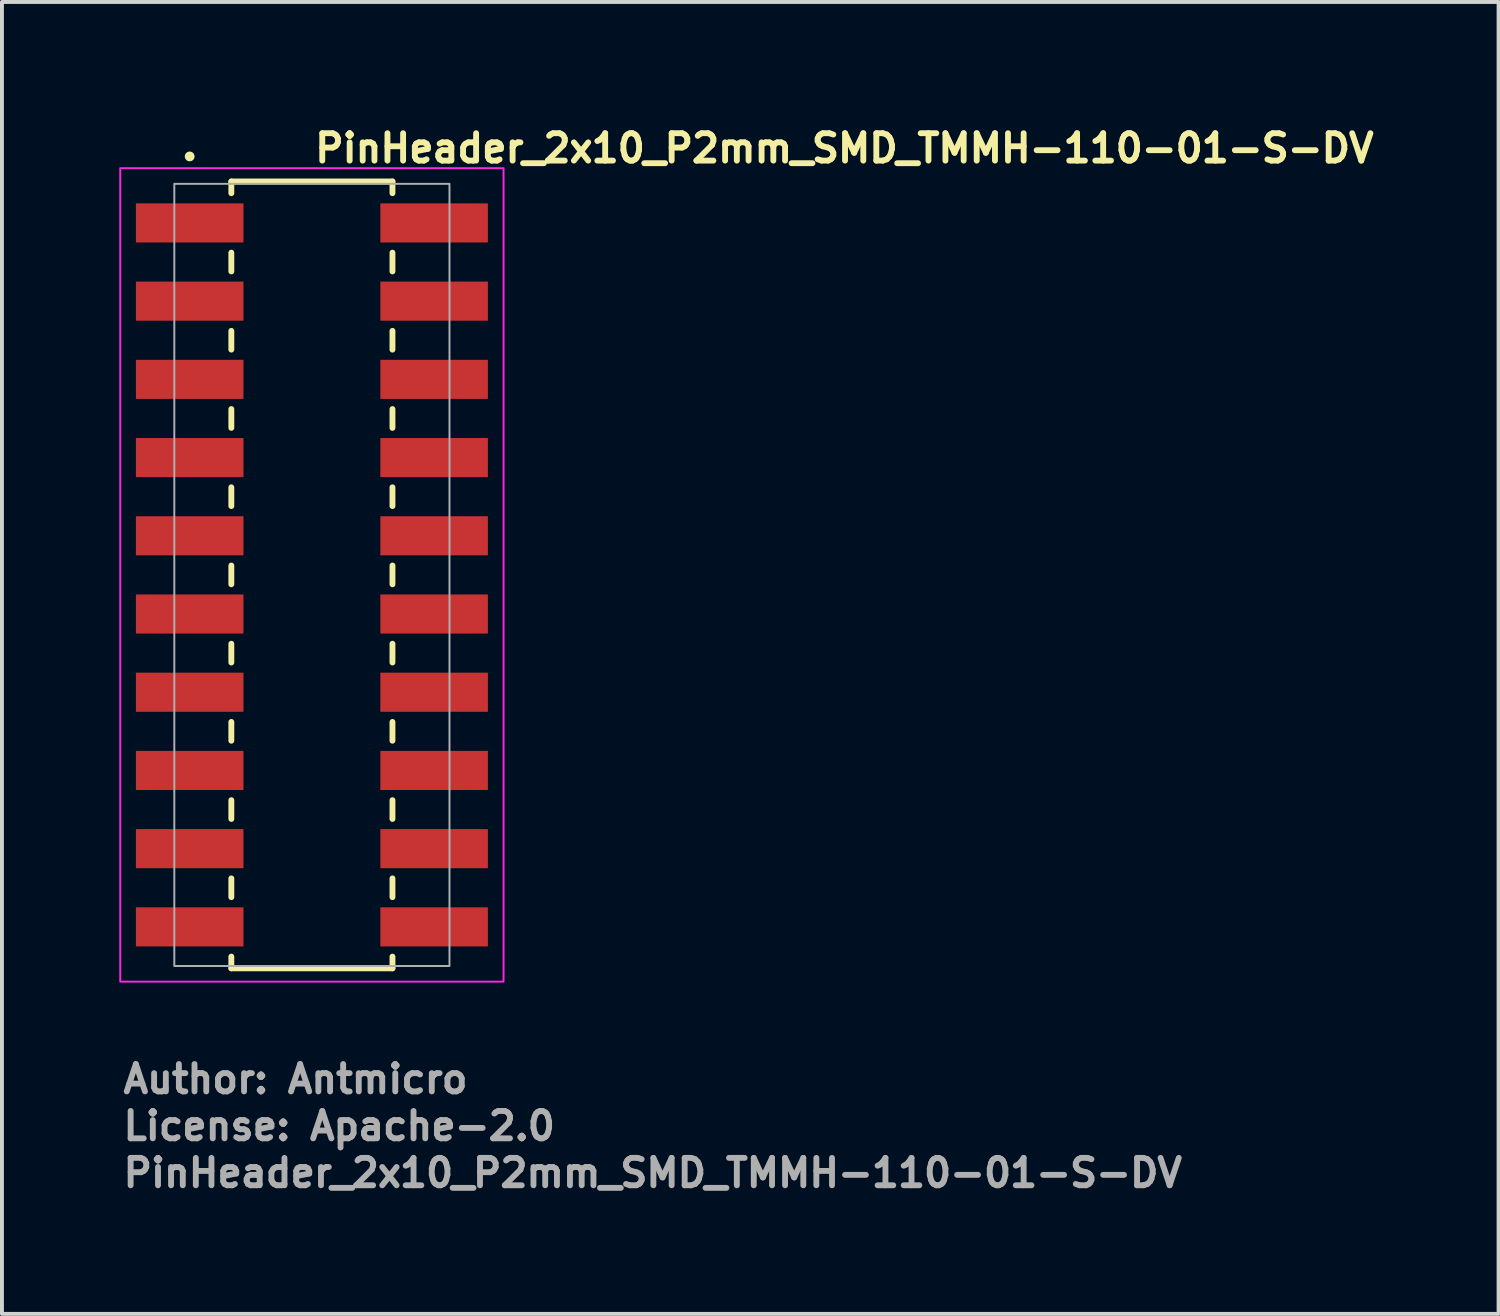
<source format=kicad_pcb>
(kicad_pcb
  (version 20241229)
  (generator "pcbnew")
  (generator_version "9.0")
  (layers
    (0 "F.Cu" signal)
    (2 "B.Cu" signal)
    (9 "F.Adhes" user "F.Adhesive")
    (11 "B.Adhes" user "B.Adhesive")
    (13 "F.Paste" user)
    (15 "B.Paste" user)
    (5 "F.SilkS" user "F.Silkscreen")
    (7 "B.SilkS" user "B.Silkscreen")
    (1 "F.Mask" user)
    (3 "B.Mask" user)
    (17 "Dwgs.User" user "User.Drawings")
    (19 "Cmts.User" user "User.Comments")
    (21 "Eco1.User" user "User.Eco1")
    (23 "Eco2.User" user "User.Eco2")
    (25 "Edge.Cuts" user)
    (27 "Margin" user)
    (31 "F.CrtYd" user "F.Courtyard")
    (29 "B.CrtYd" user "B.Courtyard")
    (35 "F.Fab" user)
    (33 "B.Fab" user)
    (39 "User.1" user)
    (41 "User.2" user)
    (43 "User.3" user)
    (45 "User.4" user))
  (footprint "PinHeader_2x10_P2mm_SMD_TMMH-110-01-S-DV"
    (layer "F.Cu")
    (at 4.925 11.65)
    (property "Reference" "PinHeader_2x10_P2mm_SMD_TMMH-110-01-S-DV" (at 0 -10.5 0) (layer "F.SilkS") (effects (font (size 0.7 0.7) (thickness 0.15)) (justify left bottom)))
    (attr smd)
    (fp_line (start -2.06 -10.06) (end -2.06 -9.76) (stroke (width 0.15) (type solid)) (layer "F.SilkS"))
    (fp_line (start -2.06 -8.24) (end -2.06 -7.76) (stroke (width 0.15) (type solid)) (layer "F.SilkS"))
    (fp_line (start -2.06 -6.24) (end -2.06 -5.76) (stroke (width 0.15) (type solid)) (layer "F.SilkS"))
    (fp_line (start -2.06 -4.24) (end -2.06 -3.759) (stroke (width 0.15) (type solid)) (layer "F.SilkS"))
    (fp_line (start -2.06 -2.24) (end -2.06 -1.76) (stroke (width 0.15) (type solid)) (layer "F.SilkS"))
    (fp_line (start -2.06 -0.24) (end -2.06 0.24) (stroke (width 0.15) (type solid)) (layer "F.SilkS"))
    (fp_line (start -2.06 1.76) (end -2.06 2.24) (stroke (width 0.15) (type solid)) (layer "F.SilkS"))
    (fp_line (start -2.06 3.759) (end -2.06 4.24) (stroke (width 0.15) (type solid)) (layer "F.SilkS"))
    (fp_line (start -2.06 5.76) (end -2.06 6.24) (stroke (width 0.15) (type solid)) (layer "F.SilkS"))
    (fp_line (start -2.06 7.76) (end -2.06 8.24) (stroke (width 0.15) (type solid)) (layer "F.SilkS"))
    (fp_line (start -2.06 9.76) (end -2.06 10.06) (stroke (width 0.15) (type solid)) (layer "F.SilkS"))
    (fp_line (start 2.06 -10.06) (end -2.06 -10.06) (stroke (width 0.15) (type solid)) (layer "F.SilkS"))
    (fp_line (start 2.06 -10.06) (end 2.06 -9.76) (stroke (width 0.15) (type solid)) (layer "F.SilkS"))
    (fp_line (start 2.06 -8.24) (end 2.06 -7.76) (stroke (width 0.15) (type solid)) (layer "F.SilkS"))
    (fp_line (start 2.06 -6.24) (end 2.06 -5.76) (stroke (width 0.15) (type solid)) (layer "F.SilkS"))
    (fp_line (start 2.06 -4.24) (end 2.06 -3.759) (stroke (width 0.15) (type solid)) (layer "F.SilkS"))
    (fp_line (start 2.06 -2.24) (end 2.06 -1.76) (stroke (width 0.15) (type solid)) (layer "F.SilkS"))
    (fp_line (start 2.06 -0.24) (end 2.06 0.24) (stroke (width 0.15) (type solid)) (layer "F.SilkS"))
    (fp_line (start 2.06 1.76) (end 2.06 2.24) (stroke (width 0.15) (type solid)) (layer "F.SilkS"))
    (fp_line (start 2.06 3.759) (end 2.06 4.24) (stroke (width 0.15) (type solid)) (layer "F.SilkS"))
    (fp_line (start 2.06 5.76) (end 2.06 6.24) (stroke (width 0.15) (type solid)) (layer "F.SilkS"))
    (fp_line (start 2.06 7.76) (end 2.06 8.24) (stroke (width 0.15) (type solid)) (layer "F.SilkS"))
    (fp_line (start 2.06 9.76) (end 2.06 10.06) (stroke (width 0.15) (type solid)) (layer "F.SilkS"))
    (fp_line (start 2.06 10.06) (end -2.06 10.06) (stroke (width 0.15) (type solid)) (layer "F.SilkS"))
    (fp_circle (center -3.125 -10.7) (end -3.075 -10.7) (stroke (width 0.15) (type solid)) (fill yes) (layer "F.SilkS"))
    (fp_rect (start -4.9 -10.4) (end 4.9 10.4) (stroke (width 0.05) (type solid)) (fill no) (layer "F.CrtYd"))
    (fp_rect (start -3.518 -10) (end 3.518 10) (stroke (width 0.05) (type default)) (fill no) (layer "F.Fab"))
    (fp_rect (start -3.518 -10) (end 3.518 10) (stroke (width 0.1) (type solid)) (fill no) (layer "User.5"))
    (fp_line (start -3.518 -9.127) (end -3.518 -8.873) (stroke (width 0.02) (type solid)) (layer "User.9"))
    (fp_line (start -3.518 -8.873) (end -3.137 -8.746) (stroke (width 0.02) (type solid)) (layer "User.9"))
    (fp_line (start -3.518 -7.127) (end -3.518 -6.873) (stroke (width 0.02) (type solid)) (layer "User.9"))
    (fp_line (start -3.518 -6.873) (end -3.137 -6.746) (stroke (width 0.02) (type solid)) (layer "User.9"))
    (fp_line (start -3.518 -5.127) (end -3.518 -4.873) (stroke (width 0.02) (type solid)) (layer "User.9"))
    (fp_line (start -3.518 -4.873) (end -3.137 -4.746) (stroke (width 0.02) (type solid)) (layer "User.9"))
    (fp_line (start -3.518 -3.127) (end -3.518 -2.873) (stroke (width 0.02) (type solid)) (layer "User.9"))
    (fp_line (start -3.518 -2.873) (end -3.137 -2.746) (stroke (width 0.02) (type solid)) (layer "User.9"))
    (fp_line (start -3.518 -1.127) (end -3.518 -0.873) (stroke (width 0.02) (type solid)) (layer "User.9"))
    (fp_line (start -3.518 -0.873) (end -3.137 -0.746) (stroke (width 0.02) (type solid)) (layer "User.9"))
    (fp_line (start -3.518 0.873) (end -3.518 1.127) (stroke (width 0.02) (type solid)) (layer "User.9"))
    (fp_line (start -3.518 1.127) (end -3.137 1.254) (stroke (width 0.02) (type solid)) (layer "User.9"))
    (fp_line (start -3.518 2.873) (end -3.518 3.127) (stroke (width 0.02) (type solid)) (layer "User.9"))
    (fp_line (start -3.518 3.127) (end -3.137 3.254) (stroke (width 0.02) (type solid)) (layer "User.9"))
    (fp_line (start -3.518 4.873) (end -3.518 5.127) (stroke (width 0.02) (type solid)) (layer "User.9"))
    (fp_line (start -3.518 5.127) (end -3.137 5.254) (stroke (width 0.02) (type solid)) (layer "User.9"))
    (fp_line (start -3.518 6.873) (end -3.518 7.127) (stroke (width 0.02) (type solid)) (layer "User.9"))
    (fp_line (start -3.518 7.127) (end -3.137 7.254) (stroke (width 0.02) (type solid)) (layer "User.9"))
    (fp_line (start -3.518 8.873) (end -3.518 9.127) (stroke (width 0.02) (type solid)) (layer "User.9"))
    (fp_line (start -3.518 9.127) (end -3.137 9.254) (stroke (width 0.02) (type solid)) (layer "User.9"))
    (fp_line (start -3.137 -9.254) (end -3.518 -9.127) (stroke (width 0.02) (type solid)) (layer "User.9"))
    (fp_line (start -3.137 -9.254) (end -3.137 -8.746) (stroke (width 0.02) (type solid)) (layer "User.9"))
    (fp_line (start -3.137 -7.254) (end -3.518 -7.127) (stroke (width 0.02) (type solid)) (layer "User.9"))
    (fp_line (start -3.137 -7.254) (end -3.137 -6.746) (stroke (width 0.02) (type solid)) (layer "User.9"))
    (fp_line (start -3.137 -7.254) (end -1.994 -7.254) (stroke (width 0.02) (type solid)) (layer "User.9"))
    (fp_line (start -3.137 -5.254) (end -3.518 -5.127) (stroke (width 0.02) (type solid)) (layer "User.9"))
    (fp_line (start -3.137 -5.254) (end -3.137 -4.746) (stroke (width 0.02) (type solid)) (layer "User.9"))
    (fp_line (start -3.137 -5.254) (end -1.994 -5.254) (stroke (width 0.02) (type solid)) (layer "User.9"))
    (fp_line (start -3.137 -3.254) (end -3.518 -3.127) (stroke (width 0.02) (type solid)) (layer "User.9"))
    (fp_line (start -3.137 -3.254) (end -3.137 -2.746) (stroke (width 0.02) (type solid)) (layer "User.9"))
    (fp_line (start -3.137 -3.254) (end -1.994 -3.254) (stroke (width 0.02) (type solid)) (layer "User.9"))
    (fp_line (start -3.137 -1.254) (end -3.518 -1.127) (stroke (width 0.02) (type solid)) (layer "User.9"))
    (fp_line (start -3.137 -1.254) (end -3.137 -0.746) (stroke (width 0.02) (type solid)) (layer "User.9"))
    (fp_line (start -3.137 -1.254) (end -1.994 -1.254) (stroke (width 0.02) (type solid)) (layer "User.9"))
    (fp_line (start -3.137 0.746) (end -3.518 0.873) (stroke (width 0.02) (type solid)) (layer "User.9"))
    (fp_line (start -3.137 0.746) (end -3.137 1.254) (stroke (width 0.02) (type solid)) (layer "User.9"))
    (fp_line (start -3.137 0.746) (end -1.994 0.746) (stroke (width 0.02) (type solid)) (layer "User.9"))
    (fp_line (start -3.137 2.746) (end -3.518 2.873) (stroke (width 0.02) (type solid)) (layer "User.9"))
    (fp_line (start -3.137 2.746) (end -3.137 3.254) (stroke (width 0.02) (type solid)) (layer "User.9"))
    (fp_line (start -3.137 2.746) (end -1.994 2.746) (stroke (width 0.02) (type solid)) (layer "User.9"))
    (fp_line (start -3.137 4.746) (end -3.518 4.873) (stroke (width 0.02) (type solid)) (layer "User.9"))
    (fp_line (start -3.137 4.746) (end -3.137 5.254) (stroke (width 0.02) (type solid)) (layer "User.9"))
    (fp_line (start -3.137 4.746) (end -1.994 4.746) (stroke (width 0.02) (type solid)) (layer "User.9"))
    (fp_line (start -3.137 6.746) (end -3.518 6.873) (stroke (width 0.02) (type solid)) (layer "User.9"))
    (fp_line (start -3.137 6.746) (end -3.137 7.254) (stroke (width 0.02) (type solid)) (layer "User.9"))
    (fp_line (start -3.137 6.746) (end -1.994 6.746) (stroke (width 0.02) (type solid)) (layer "User.9"))
    (fp_line (start -3.137 8.746) (end -3.518 8.873) (stroke (width 0.02) (type solid)) (layer "User.9"))
    (fp_line (start -3.137 8.746) (end -3.137 9.254) (stroke (width 0.02) (type solid)) (layer "User.9"))
    (fp_line (start -3.137 8.746) (end -1.994 8.746) (stroke (width 0.02) (type solid)) (layer "User.9"))
    (fp_line (start -1.994 -10) (end -1.994 10) (stroke (width 0.02) (type solid)) (layer "User.9"))
    (fp_line (start -1.994 -9.254) (end -3.137 -9.254) (stroke (width 0.02) (type solid)) (layer "User.9"))
    (fp_line (start -1.994 -8.746) (end -3.137 -8.746) (stroke (width 0.02) (type solid)) (layer "User.9"))
    (fp_line (start -1.994 -6.746) (end -3.137 -6.746) (stroke (width 0.02) (type solid)) (layer "User.9"))
    (fp_line (start -1.994 -4.746) (end -3.137 -4.746) (stroke (width 0.02) (type solid)) (layer "User.9"))
    (fp_line (start -1.994 -2.746) (end -3.137 -2.746) (stroke (width 0.02) (type solid)) (layer "User.9"))
    (fp_line (start -1.994 -0.746) (end -3.137 -0.746) (stroke (width 0.02) (type solid)) (layer "User.9"))
    (fp_line (start -1.994 1.254) (end -3.137 1.254) (stroke (width 0.02) (type solid)) (layer "User.9"))
    (fp_line (start -1.994 3.254) (end -3.137 3.254) (stroke (width 0.02) (type solid)) (layer "User.9"))
    (fp_line (start -1.994 5.254) (end -3.137 5.254) (stroke (width 0.02) (type solid)) (layer "User.9"))
    (fp_line (start -1.994 7.254) (end -3.137 7.254) (stroke (width 0.02) (type solid)) (layer "User.9"))
    (fp_line (start -1.994 9.254) (end -3.137 9.254) (stroke (width 0.02) (type solid)) (layer "User.9"))
    (fp_line (start -1.994 10) (end 1.994 10) (stroke (width 0.02) (type solid)) (layer "User.9"))
    (fp_line (start -1.254 -9.254) (end -1.254 -8.746) (stroke (width 0.02) (type solid)) (layer "User.9"))
    (fp_line (start -1.254 -8.746) (end -1.127 -8.873) (stroke (width 0.02) (type solid)) (layer "User.9"))
    (fp_line (start -1.254 -7.254) (end -1.254 -6.746) (stroke (width 0.02) (type solid)) (layer "User.9"))
    (fp_line (start -1.254 -6.746) (end -1.127 -6.873) (stroke (width 0.02) (type solid)) (layer "User.9"))
    (fp_line (start -1.254 -5.254) (end -1.254 -4.746) (stroke (width 0.02) (type solid)) (layer "User.9"))
    (fp_line (start -1.254 -4.746) (end -1.127 -4.873) (stroke (width 0.02) (type solid)) (layer "User.9"))
    (fp_line (start -1.254 -3.254) (end -1.254 -2.746) (stroke (width 0.02) (type solid)) (layer "User.9"))
    (fp_line (start -1.254 -2.746) (end -1.127 -2.873) (stroke (width 0.02) (type solid)) (layer "User.9"))
    (fp_line (start -1.254 -1.254) (end -1.254 -0.746) (stroke (width 0.02) (type solid)) (layer "User.9"))
    (fp_line (start -1.254 -0.746) (end -1.127 -0.873) (stroke (width 0.02) (type solid)) (layer "User.9"))
    (fp_line (start -1.254 0.746) (end -1.254 1.254) (stroke (width 0.02) (type solid)) (layer "User.9"))
    (fp_line (start -1.254 1.254) (end -1.127 1.127) (stroke (width 0.02) (type solid)) (layer "User.9"))
    (fp_line (start -1.254 2.746) (end -1.254 3.254) (stroke (width 0.02) (type solid)) (layer "User.9"))
    (fp_line (start -1.254 3.254) (end -1.127 3.127) (stroke (width 0.02) (type solid)) (layer "User.9"))
    (fp_line (start -1.254 4.746) (end -1.254 5.254) (stroke (width 0.02) (type solid)) (layer "User.9"))
    (fp_line (start -1.254 5.254) (end -1.127 5.127) (stroke (width 0.02) (type solid)) (layer "User.9"))
    (fp_line (start -1.254 6.746) (end -1.254 7.254) (stroke (width 0.02) (type solid)) (layer "User.9"))
    (fp_line (start -1.254 7.254) (end -1.127 7.127) (stroke (width 0.02) (type solid)) (layer "User.9"))
    (fp_line (start -1.254 8.746) (end -1.254 9.254) (stroke (width 0.02) (type solid)) (layer "User.9"))
    (fp_line (start -1.254 9.254) (end -1.127 9.127) (stroke (width 0.02) (type solid)) (layer "User.9"))
    (fp_line (start -1.127 -9.127) (end -1.254 -9.254) (stroke (width 0.02) (type solid)) (layer "User.9"))
    (fp_line (start -1.127 -9.127) (end -1.127 -8.873) (stroke (width 0.02) (type solid)) (layer "User.9"))
    (fp_line (start -1.127 -7.127) (end -1.254 -7.254) (stroke (width 0.02) (type solid)) (layer "User.9"))
    (fp_line (start -1.127 -7.127) (end -1.127 -6.873) (stroke (width 0.02) (type solid)) (layer "User.9"))
    (fp_line (start -1.127 -5.127) (end -1.254 -5.254) (stroke (width 0.02) (type solid)) (layer "User.9"))
    (fp_line (start -1.127 -5.127) (end -1.127 -4.873) (stroke (width 0.02) (type solid)) (layer "User.9"))
    (fp_line (start -1.127 -3.127) (end -1.254 -3.254) (stroke (width 0.02) (type solid)) (layer "User.9"))
    (fp_line (start -1.127 -3.127) (end -1.127 -2.873) (stroke (width 0.02) (type solid)) (layer "User.9"))
    (fp_line (start -1.127 -1.127) (end -1.254 -1.254) (stroke (width 0.02) (type solid)) (layer "User.9"))
    (fp_line (start -1.127 -1.127) (end -1.127 -0.873) (stroke (width 0.02) (type solid)) (layer "User.9"))
    (fp_line (start -1.127 0.873) (end -1.254 0.746) (stroke (width 0.02) (type solid)) (layer "User.9"))
    (fp_line (start -1.127 0.873) (end -1.127 1.127) (stroke (width 0.02) (type solid)) (layer "User.9"))
    (fp_line (start -1.127 2.873) (end -1.254 2.746) (stroke (width 0.02) (type solid)) (layer "User.9"))
    (fp_line (start -1.127 2.873) (end -1.127 3.127) (stroke (width 0.02) (type solid)) (layer "User.9"))
    (fp_line (start -1.127 4.873) (end -1.254 4.746) (stroke (width 0.02) (type solid)) (layer "User.9"))
    (fp_line (start -1.127 4.873) (end -1.127 5.127) (stroke (width 0.02) (type solid)) (layer "User.9"))
    (fp_line (start -1.127 6.873) (end -1.254 6.746) (stroke (width 0.02) (type solid)) (layer "User.9"))
    (fp_line (start -1.127 6.873) (end -1.127 7.127) (stroke (width 0.02) (type solid)) (layer "User.9"))
    (fp_line (start -1.127 8.873) (end -1.254 8.746) (stroke (width 0.02) (type solid)) (layer "User.9"))
    (fp_line (start -1.127 8.873) (end -1.127 9.127) (stroke (width 0.02) (type solid)) (layer "User.9"))
    (fp_line (start -0.873 -9.127) (end -1.127 -9.127) (stroke (width 0.02) (type solid)) (layer "User.9"))
    (fp_line (start -0.873 -9.127) (end -0.873 -8.873) (stroke (width 0.02) (type solid)) (layer "User.9"))
    (fp_line (start -0.873 -8.873) (end -1.127 -8.873) (stroke (width 0.02) (type solid)) (layer "User.9"))
    (fp_line (start -0.873 -8.873) (end -0.746 -8.746) (stroke (width 0.02) (type solid)) (layer "User.9"))
    (fp_line (start -0.873 -7.127) (end -1.127 -7.127) (stroke (width 0.02) (type solid)) (layer "User.9"))
    (fp_line (start -0.873 -7.127) (end -0.873 -6.873) (stroke (width 0.02) (type solid)) (layer "User.9"))
    (fp_line (start -0.873 -6.873) (end -1.127 -6.873) (stroke (width 0.02) (type solid)) (layer "User.9"))
    (fp_line (start -0.873 -6.873) (end -0.746 -6.746) (stroke (width 0.02) (type solid)) (layer "User.9"))
    (fp_line (start -0.873 -5.127) (end -1.127 -5.127) (stroke (width 0.02) (type solid)) (layer "User.9"))
    (fp_line (start -0.873 -5.127) (end -0.873 -4.873) (stroke (width 0.02) (type solid)) (layer "User.9"))
    (fp_line (start -0.873 -4.873) (end -1.127 -4.873) (stroke (width 0.02) (type solid)) (layer "User.9"))
    (fp_line (start -0.873 -4.873) (end -0.746 -4.746) (stroke (width 0.02) (type solid)) (layer "User.9"))
    (fp_line (start -0.873 -3.127) (end -1.127 -3.127) (stroke (width 0.02) (type solid)) (layer "User.9"))
    (fp_line (start -0.873 -3.127) (end -0.873 -2.873) (stroke (width 0.02) (type solid)) (layer "User.9"))
    (fp_line (start -0.873 -2.873) (end -1.127 -2.873) (stroke (width 0.02) (type solid)) (layer "User.9"))
    (fp_line (start -0.873 -2.873) (end -0.746 -2.746) (stroke (width 0.02) (type solid)) (layer "User.9"))
    (fp_line (start -0.873 -1.127) (end -1.127 -1.127) (stroke (width 0.02) (type solid)) (layer "User.9"))
    (fp_line (start -0.873 -1.127) (end -0.873 -0.873) (stroke (width 0.02) (type solid)) (layer "User.9"))
    (fp_line (start -0.873 -0.873) (end -1.127 -0.873) (stroke (width 0.02) (type solid)) (layer "User.9"))
    (fp_line (start -0.873 -0.873) (end -0.746 -0.746) (stroke (width 0.02) (type solid)) (layer "User.9"))
    (fp_line (start -0.873 0.873) (end -1.127 0.873) (stroke (width 0.02) (type solid)) (layer "User.9"))
    (fp_line (start -0.873 0.873) (end -0.873 1.127) (stroke (width 0.02) (type solid)) (layer "User.9"))
    (fp_line (start -0.873 1.127) (end -1.127 1.127) (stroke (width 0.02) (type solid)) (layer "User.9"))
    (fp_line (start -0.873 1.127) (end -0.746 1.254) (stroke (width 0.02) (type solid)) (layer "User.9"))
    (fp_line (start -0.873 2.873) (end -1.127 2.873) (stroke (width 0.02) (type solid)) (layer "User.9"))
    (fp_line (start -0.873 2.873) (end -0.873 3.127) (stroke (width 0.02) (type solid)) (layer "User.9"))
    (fp_line (start -0.873 3.127) (end -1.127 3.127) (stroke (width 0.02) (type solid)) (layer "User.9"))
    (fp_line (start -0.873 3.127) (end -0.746 3.254) (stroke (width 0.02) (type solid)) (layer "User.9"))
    (fp_line (start -0.873 4.873) (end -1.127 4.873) (stroke (width 0.02) (type solid)) (layer "User.9"))
    (fp_line (start -0.873 4.873) (end -0.873 5.127) (stroke (width 0.02) (type solid)) (layer "User.9"))
    (fp_line (start -0.873 5.127) (end -1.127 5.127) (stroke (width 0.02) (type solid)) (layer "User.9"))
    (fp_line (start -0.873 5.127) (end -0.746 5.254) (stroke (width 0.02) (type solid)) (layer "User.9"))
    (fp_line (start -0.873 6.873) (end -1.127 6.873) (stroke (width 0.02) (type solid)) (layer "User.9"))
    (fp_line (start -0.873 6.873) (end -0.873 7.127) (stroke (width 0.02) (type solid)) (layer "User.9"))
    (fp_line (start -0.873 7.127) (end -1.127 7.127) (stroke (width 0.02) (type solid)) (layer "User.9"))
    (fp_line (start -0.873 7.127) (end -0.746 7.254) (stroke (width 0.02) (type solid)) (layer "User.9"))
    (fp_line (start -0.873 8.873) (end -1.127 8.873) (stroke (width 0.02) (type solid)) (layer "User.9"))
    (fp_line (start -0.873 8.873) (end -0.873 9.127) (stroke (width 0.02) (type solid)) (layer "User.9"))
    (fp_line (start -0.873 9.127) (end -1.127 9.127) (stroke (width 0.02) (type solid)) (layer "User.9"))
    (fp_line (start -0.873 9.127) (end -0.746 9.254) (stroke (width 0.02) (type solid)) (layer "User.9"))
    (fp_line (start -0.746 -9.254) (end -1.254 -9.254) (stroke (width 0.02) (type solid)) (layer "User.9"))
    (fp_line (start -0.746 -9.254) (end -0.873 -9.127) (stroke (width 0.02) (type solid)) (layer "User.9"))
    (fp_line (start -0.746 -9.254) (end -0.746 -8.746) (stroke (width 0.02) (type solid)) (layer "User.9"))
    (fp_line (start -0.746 -8.746) (end -1.254 -8.746) (stroke (width 0.02) (type solid)) (layer "User.9"))
    (fp_line (start -0.746 -7.254) (end -1.254 -7.254) (stroke (width 0.02) (type solid)) (layer "User.9"))
    (fp_line (start -0.746 -7.254) (end -0.873 -7.127) (stroke (width 0.02) (type solid)) (layer "User.9"))
    (fp_line (start -0.746 -7.254) (end -0.746 -6.746) (stroke (width 0.02) (type solid)) (layer "User.9"))
    (fp_line (start -0.746 -6.746) (end -1.254 -6.746) (stroke (width 0.02) (type solid)) (layer "User.9"))
    (fp_line (start -0.746 -5.254) (end -1.254 -5.254) (stroke (width 0.02) (type solid)) (layer "User.9"))
    (fp_line (start -0.746 -5.254) (end -0.873 -5.127) (stroke (width 0.02) (type solid)) (layer "User.9"))
    (fp_line (start -0.746 -5.254) (end -0.746 -4.746) (stroke (width 0.02) (type solid)) (layer "User.9"))
    (fp_line (start -0.746 -4.746) (end -1.254 -4.746) (stroke (width 0.02) (type solid)) (layer "User.9"))
    (fp_line (start -0.746 -3.254) (end -1.254 -3.254) (stroke (width 0.02) (type solid)) (layer "User.9"))
    (fp_line (start -0.746 -3.254) (end -0.873 -3.127) (stroke (width 0.02) (type solid)) (layer "User.9"))
    (fp_line (start -0.746 -3.254) (end -0.746 -2.746) (stroke (width 0.02) (type solid)) (layer "User.9"))
    (fp_line (start -0.746 -2.746) (end -1.254 -2.746) (stroke (width 0.02) (type solid)) (layer "User.9"))
    (fp_line (start -0.746 -1.254) (end -1.254 -1.254) (stroke (width 0.02) (type solid)) (layer "User.9"))
    (fp_line (start -0.746 -1.254) (end -0.873 -1.127) (stroke (width 0.02) (type solid)) (layer "User.9"))
    (fp_line (start -0.746 -1.254) (end -0.746 -0.746) (stroke (width 0.02) (type solid)) (layer "User.9"))
    (fp_line (start -0.746 -0.746) (end -1.254 -0.746) (stroke (width 0.02) (type solid)) (layer "User.9"))
    (fp_line (start -0.746 0.746) (end -1.254 0.746) (stroke (width 0.02) (type solid)) (layer "User.9"))
    (fp_line (start -0.746 0.746) (end -0.873 0.873) (stroke (width 0.02) (type solid)) (layer "User.9"))
    (fp_line (start -0.746 0.746) (end -0.746 1.254) (stroke (width 0.02) (type solid)) (layer "User.9"))
    (fp_line (start -0.746 1.254) (end -1.254 1.254) (stroke (width 0.02) (type solid)) (layer "User.9"))
    (fp_line (start -0.746 2.746) (end -1.254 2.746) (stroke (width 0.02) (type solid)) (layer "User.9"))
    (fp_line (start -0.746 2.746) (end -0.873 2.873) (stroke (width 0.02) (type solid)) (layer "User.9"))
    (fp_line (start -0.746 2.746) (end -0.746 3.254) (stroke (width 0.02) (type solid)) (layer "User.9"))
    (fp_line (start -0.746 3.254) (end -1.254 3.254) (stroke (width 0.02) (type solid)) (layer "User.9"))
    (fp_line (start -0.746 4.746) (end -1.254 4.746) (stroke (width 0.02) (type solid)) (layer "User.9"))
    (fp_line (start -0.746 4.746) (end -0.873 4.873) (stroke (width 0.02) (type solid)) (layer "User.9"))
    (fp_line (start -0.746 4.746) (end -0.746 5.254) (stroke (width 0.02) (type solid)) (layer "User.9"))
    (fp_line (start -0.746 5.254) (end -1.254 5.254) (stroke (width 0.02) (type solid)) (layer "User.9"))
    (fp_line (start -0.746 6.746) (end -1.254 6.746) (stroke (width 0.02) (type solid)) (layer "User.9"))
    (fp_line (start -0.746 6.746) (end -0.873 6.873) (stroke (width 0.02) (type solid)) (layer "User.9"))
    (fp_line (start -0.746 6.746) (end -0.746 7.254) (stroke (width 0.02) (type solid)) (layer "User.9"))
    (fp_line (start -0.746 7.254) (end -1.254 7.254) (stroke (width 0.02) (type solid)) (layer "User.9"))
    (fp_line (start -0.746 8.746) (end -1.254 8.746) (stroke (width 0.02) (type solid)) (layer "User.9"))
    (fp_line (start -0.746 8.746) (end -0.873 8.873) (stroke (width 0.02) (type solid)) (layer "User.9"))
    (fp_line (start -0.746 8.746) (end -0.746 9.254) (stroke (width 0.02) (type solid)) (layer "User.9"))
    (fp_line (start -0.746 9.254) (end -1.254 9.254) (stroke (width 0.02) (type solid)) (layer "User.9"))
    (fp_line (start 0.746 -9.254) (end 0.746 -8.746) (stroke (width 0.02) (type solid)) (layer "User.9"))
    (fp_line (start 0.746 -8.746) (end 0.873 -8.873) (stroke (width 0.02) (type solid)) (layer "User.9"))
    (fp_line (start 0.746 -7.254) (end 0.746 -6.746) (stroke (width 0.02) (type solid)) (layer "User.9"))
    (fp_line (start 0.746 -6.746) (end 0.873 -6.873) (stroke (width 0.02) (type solid)) (layer "User.9"))
    (fp_line (start 0.746 -5.254) (end 0.746 -4.746) (stroke (width 0.02) (type solid)) (layer "User.9"))
    (fp_line (start 0.746 -4.746) (end 0.873 -4.873) (stroke (width 0.02) (type solid)) (layer "User.9"))
    (fp_line (start 0.746 -3.254) (end 0.746 -2.746) (stroke (width 0.02) (type solid)) (layer "User.9"))
    (fp_line (start 0.746 -2.746) (end 0.873 -2.873) (stroke (width 0.02) (type solid)) (layer "User.9"))
    (fp_line (start 0.746 -1.254) (end 0.746 -0.746) (stroke (width 0.02) (type solid)) (layer "User.9"))
    (fp_line (start 0.746 -0.746) (end 0.873 -0.873) (stroke (width 0.02) (type solid)) (layer "User.9"))
    (fp_line (start 0.746 0.746) (end 0.746 1.254) (stroke (width 0.02) (type solid)) (layer "User.9"))
    (fp_line (start 0.746 1.254) (end 0.873 1.127) (stroke (width 0.02) (type solid)) (layer "User.9"))
    (fp_line (start 0.746 2.746) (end 0.746 3.254) (stroke (width 0.02) (type solid)) (layer "User.9"))
    (fp_line (start 0.746 3.254) (end 0.873 3.127) (stroke (width 0.02) (type solid)) (layer "User.9"))
    (fp_line (start 0.746 4.746) (end 0.746 5.254) (stroke (width 0.02) (type solid)) (layer "User.9"))
    (fp_line (start 0.746 5.254) (end 0.873 5.127) (stroke (width 0.02) (type solid)) (layer "User.9"))
    (fp_line (start 0.746 6.746) (end 0.746 7.254) (stroke (width 0.02) (type solid)) (layer "User.9"))
    (fp_line (start 0.746 7.254) (end 0.873 7.127) (stroke (width 0.02) (type solid)) (layer "User.9"))
    (fp_line (start 0.746 8.746) (end 0.746 9.254) (stroke (width 0.02) (type solid)) (layer "User.9"))
    (fp_line (start 0.746 9.254) (end 0.873 9.127) (stroke (width 0.02) (type solid)) (layer "User.9"))
    (fp_line (start 0.873 -9.127) (end 0.746 -9.254) (stroke (width 0.02) (type solid)) (layer "User.9"))
    (fp_line (start 0.873 -9.127) (end 0.873 -8.873) (stroke (width 0.02) (type solid)) (layer "User.9"))
    (fp_line (start 0.873 -7.127) (end 0.746 -7.254) (stroke (width 0.02) (type solid)) (layer "User.9"))
    (fp_line (start 0.873 -7.127) (end 0.873 -6.873) (stroke (width 0.02) (type solid)) (layer "User.9"))
    (fp_line (start 0.873 -5.127) (end 0.746 -5.254) (stroke (width 0.02) (type solid)) (layer "User.9"))
    (fp_line (start 0.873 -5.127) (end 0.873 -4.873) (stroke (width 0.02) (type solid)) (layer "User.9"))
    (fp_line (start 0.873 -3.127) (end 0.746 -3.254) (stroke (width 0.02) (type solid)) (layer "User.9"))
    (fp_line (start 0.873 -3.127) (end 0.873 -2.873) (stroke (width 0.02) (type solid)) (layer "User.9"))
    (fp_line (start 0.873 -1.127) (end 0.746 -1.254) (stroke (width 0.02) (type solid)) (layer "User.9"))
    (fp_line (start 0.873 -1.127) (end 0.873 -0.873) (stroke (width 0.02) (type solid)) (layer "User.9"))
    (fp_line (start 0.873 0.873) (end 0.746 0.746) (stroke (width 0.02) (type solid)) (layer "User.9"))
    (fp_line (start 0.873 0.873) (end 0.873 1.127) (stroke (width 0.02) (type solid)) (layer "User.9"))
    (fp_line (start 0.873 2.873) (end 0.746 2.746) (stroke (width 0.02) (type solid)) (layer "User.9"))
    (fp_line (start 0.873 2.873) (end 0.873 3.127) (stroke (width 0.02) (type solid)) (layer "User.9"))
    (fp_line (start 0.873 4.873) (end 0.746 4.746) (stroke (width 0.02) (type solid)) (layer "User.9"))
    (fp_line (start 0.873 4.873) (end 0.873 5.127) (stroke (width 0.02) (type solid)) (layer "User.9"))
    (fp_line (start 0.873 6.873) (end 0.746 6.746) (stroke (width 0.02) (type solid)) (layer "User.9"))
    (fp_line (start 0.873 6.873) (end 0.873 7.127) (stroke (width 0.02) (type solid)) (layer "User.9"))
    (fp_line (start 0.873 8.873) (end 0.746 8.746) (stroke (width 0.02) (type solid)) (layer "User.9"))
    (fp_line (start 0.873 8.873) (end 0.873 9.127) (stroke (width 0.02) (type solid)) (layer "User.9"))
    (fp_line (start 1.127 -9.127) (end 0.873 -9.127) (stroke (width 0.02) (type solid)) (layer "User.9"))
    (fp_line (start 1.127 -9.127) (end 1.127 -8.873) (stroke (width 0.02) (type solid)) (layer "User.9"))
    (fp_line (start 1.127 -8.873) (end 0.873 -8.873) (stroke (width 0.02) (type solid)) (layer "User.9"))
    (fp_line (start 1.127 -8.873) (end 1.254 -8.746) (stroke (width 0.02) (type solid)) (layer "User.9"))
    (fp_line (start 1.127 -7.127) (end 0.873 -7.127) (stroke (width 0.02) (type solid)) (layer "User.9"))
    (fp_line (start 1.127 -7.127) (end 1.127 -6.873) (stroke (width 0.02) (type solid)) (layer "User.9"))
    (fp_line (start 1.127 -6.873) (end 0.873 -6.873) (stroke (width 0.02) (type solid)) (layer "User.9"))
    (fp_line (start 1.127 -6.873) (end 1.254 -6.746) (stroke (width 0.02) (type solid)) (layer "User.9"))
    (fp_line (start 1.127 -5.127) (end 0.873 -5.127) (stroke (width 0.02) (type solid)) (layer "User.9"))
    (fp_line (start 1.127 -5.127) (end 1.127 -4.873) (stroke (width 0.02) (type solid)) (layer "User.9"))
    (fp_line (start 1.127 -4.873) (end 0.873 -4.873) (stroke (width 0.02) (type solid)) (layer "User.9"))
    (fp_line (start 1.127 -4.873) (end 1.254 -4.746) (stroke (width 0.02) (type solid)) (layer "User.9"))
    (fp_line (start 1.127 -3.127) (end 0.873 -3.127) (stroke (width 0.02) (type solid)) (layer "User.9"))
    (fp_line (start 1.127 -3.127) (end 1.127 -2.873) (stroke (width 0.02) (type solid)) (layer "User.9"))
    (fp_line (start 1.127 -2.873) (end 0.873 -2.873) (stroke (width 0.02) (type solid)) (layer "User.9"))
    (fp_line (start 1.127 -2.873) (end 1.254 -2.746) (stroke (width 0.02) (type solid)) (layer "User.9"))
    (fp_line (start 1.127 -1.127) (end 0.873 -1.127) (stroke (width 0.02) (type solid)) (layer "User.9"))
    (fp_line (start 1.127 -1.127) (end 1.127 -0.873) (stroke (width 0.02) (type solid)) (layer "User.9"))
    (fp_line (start 1.127 -0.873) (end 0.873 -0.873) (stroke (width 0.02) (type solid)) (layer "User.9"))
    (fp_line (start 1.127 -0.873) (end 1.254 -0.746) (stroke (width 0.02) (type solid)) (layer "User.9"))
    (fp_line (start 1.127 0.873) (end 0.873 0.873) (stroke (width 0.02) (type solid)) (layer "User.9"))
    (fp_line (start 1.127 0.873) (end 1.127 1.127) (stroke (width 0.02) (type solid)) (layer "User.9"))
    (fp_line (start 1.127 1.127) (end 0.873 1.127) (stroke (width 0.02) (type solid)) (layer "User.9"))
    (fp_line (start 1.127 1.127) (end 1.254 1.254) (stroke (width 0.02) (type solid)) (layer "User.9"))
    (fp_line (start 1.127 2.873) (end 0.873 2.873) (stroke (width 0.02) (type solid)) (layer "User.9"))
    (fp_line (start 1.127 2.873) (end 1.127 3.127) (stroke (width 0.02) (type solid)) (layer "User.9"))
    (fp_line (start 1.127 3.127) (end 0.873 3.127) (stroke (width 0.02) (type solid)) (layer "User.9"))
    (fp_line (start 1.127 3.127) (end 1.254 3.254) (stroke (width 0.02) (type solid)) (layer "User.9"))
    (fp_line (start 1.127 4.873) (end 0.873 4.873) (stroke (width 0.02) (type solid)) (layer "User.9"))
    (fp_line (start 1.127 4.873) (end 1.127 5.127) (stroke (width 0.02) (type solid)) (layer "User.9"))
    (fp_line (start 1.127 5.127) (end 0.873 5.127) (stroke (width 0.02) (type solid)) (layer "User.9"))
    (fp_line (start 1.127 5.127) (end 1.254 5.254) (stroke (width 0.02) (type solid)) (layer "User.9"))
    (fp_line (start 1.127 6.873) (end 0.873 6.873) (stroke (width 0.02) (type solid)) (layer "User.9"))
    (fp_line (start 1.127 6.873) (end 1.127 7.127) (stroke (width 0.02) (type solid)) (layer "User.9"))
    (fp_line (start 1.127 7.127) (end 0.873 7.127) (stroke (width 0.02) (type solid)) (layer "User.9"))
    (fp_line (start 1.127 7.127) (end 1.254 7.254) (stroke (width 0.02) (type solid)) (layer "User.9"))
    (fp_line (start 1.127 8.873) (end 0.873 8.873) (stroke (width 0.02) (type solid)) (layer "User.9"))
    (fp_line (start 1.127 8.873) (end 1.127 9.127) (stroke (width 0.02) (type solid)) (layer "User.9"))
    (fp_line (start 1.127 9.127) (end 0.873 9.127) (stroke (width 0.02) (type solid)) (layer "User.9"))
    (fp_line (start 1.127 9.127) (end 1.254 9.254) (stroke (width 0.02) (type solid)) (layer "User.9"))
    (fp_line (start 1.254 -9.254) (end 0.746 -9.254) (stroke (width 0.02) (type solid)) (layer "User.9"))
    (fp_line (start 1.254 -9.254) (end 1.127 -9.127) (stroke (width 0.02) (type solid)) (layer "User.9"))
    (fp_line (start 1.254 -9.254) (end 1.254 -8.746) (stroke (width 0.02) (type solid)) (layer "User.9"))
    (fp_line (start 1.254 -8.746) (end 0.746 -8.746) (stroke (width 0.02) (type solid)) (layer "User.9"))
    (fp_line (start 1.254 -7.254) (end 0.746 -7.254) (stroke (width 0.02) (type solid)) (layer "User.9"))
    (fp_line (start 1.254 -7.254) (end 1.127 -7.127) (stroke (width 0.02) (type solid)) (layer "User.9"))
    (fp_line (start 1.254 -7.254) (end 1.254 -6.746) (stroke (width 0.02) (type solid)) (layer "User.9"))
    (fp_line (start 1.254 -6.746) (end 0.746 -6.746) (stroke (width 0.02) (type solid)) (layer "User.9"))
    (fp_line (start 1.254 -5.254) (end 0.746 -5.254) (stroke (width 0.02) (type solid)) (layer "User.9"))
    (fp_line (start 1.254 -5.254) (end 1.127 -5.127) (stroke (width 0.02) (type solid)) (layer "User.9"))
    (fp_line (start 1.254 -5.254) (end 1.254 -4.746) (stroke (width 0.02) (type solid)) (layer "User.9"))
    (fp_line (start 1.254 -4.746) (end 0.746 -4.746) (stroke (width 0.02) (type solid)) (layer "User.9"))
    (fp_line (start 1.254 -3.254) (end 0.746 -3.254) (stroke (width 0.02) (type solid)) (layer "User.9"))
    (fp_line (start 1.254 -3.254) (end 1.127 -3.127) (stroke (width 0.02) (type solid)) (layer "User.9"))
    (fp_line (start 1.254 -3.254) (end 1.254 -2.746) (stroke (width 0.02) (type solid)) (layer "User.9"))
    (fp_line (start 1.254 -2.746) (end 0.746 -2.746) (stroke (width 0.02) (type solid)) (layer "User.9"))
    (fp_line (start 1.254 -1.254) (end 0.746 -1.254) (stroke (width 0.02) (type solid)) (layer "User.9"))
    (fp_line (start 1.254 -1.254) (end 1.127 -1.127) (stroke (width 0.02) (type solid)) (layer "User.9"))
    (fp_line (start 1.254 -1.254) (end 1.254 -0.746) (stroke (width 0.02) (type solid)) (layer "User.9"))
    (fp_line (start 1.254 -0.746) (end 0.746 -0.746) (stroke (width 0.02) (type solid)) (layer "User.9"))
    (fp_line (start 1.254 0.746) (end 0.746 0.746) (stroke (width 0.02) (type solid)) (layer "User.9"))
    (fp_line (start 1.254 0.746) (end 1.127 0.873) (stroke (width 0.02) (type solid)) (layer "User.9"))
    (fp_line (start 1.254 0.746) (end 1.254 1.254) (stroke (width 0.02) (type solid)) (layer "User.9"))
    (fp_line (start 1.254 1.254) (end 0.746 1.254) (stroke (width 0.02) (type solid)) (layer "User.9"))
    (fp_line (start 1.254 2.746) (end 0.746 2.746) (stroke (width 0.02) (type solid)) (layer "User.9"))
    (fp_line (start 1.254 2.746) (end 1.127 2.873) (stroke (width 0.02) (type solid)) (layer "User.9"))
    (fp_line (start 1.254 2.746) (end 1.254 3.254) (stroke (width 0.02) (type solid)) (layer "User.9"))
    (fp_line (start 1.254 3.254) (end 0.746 3.254) (stroke (width 0.02) (type solid)) (layer "User.9"))
    (fp_line (start 1.254 4.746) (end 0.746 4.746) (stroke (width 0.02) (type solid)) (layer "User.9"))
    (fp_line (start 1.254 4.746) (end 1.127 4.873) (stroke (width 0.02) (type solid)) (layer "User.9"))
    (fp_line (start 1.254 4.746) (end 1.254 5.254) (stroke (width 0.02) (type solid)) (layer "User.9"))
    (fp_line (start 1.254 5.254) (end 0.746 5.254) (stroke (width 0.02) (type solid)) (layer "User.9"))
    (fp_line (start 1.254 6.746) (end 0.746 6.746) (stroke (width 0.02) (type solid)) (layer "User.9"))
    (fp_line (start 1.254 6.746) (end 1.127 6.873) (stroke (width 0.02) (type solid)) (layer "User.9"))
    (fp_line (start 1.254 6.746) (end 1.254 7.254) (stroke (width 0.02) (type solid)) (layer "User.9"))
    (fp_line (start 1.254 7.254) (end 0.746 7.254) (stroke (width 0.02) (type solid)) (layer "User.9"))
    (fp_line (start 1.254 8.746) (end 0.746 8.746) (stroke (width 0.02) (type solid)) (layer "User.9"))
    (fp_line (start 1.254 8.746) (end 1.127 8.873) (stroke (width 0.02) (type solid)) (layer "User.9"))
    (fp_line (start 1.254 8.746) (end 1.254 9.254) (stroke (width 0.02) (type solid)) (layer "User.9"))
    (fp_line (start 1.254 9.254) (end 0.746 9.254) (stroke (width 0.02) (type solid)) (layer "User.9"))
    (fp_line (start 1.994 -10) (end -1.994 -10) (stroke (width 0.02) (type solid)) (layer "User.9"))
    (fp_line (start 1.994 -7.254) (end 3.137 -7.254) (stroke (width 0.02) (type solid)) (layer "User.9"))
    (fp_line (start 1.994 -5.254) (end 3.137 -5.254) (stroke (width 0.02) (type solid)) (layer "User.9"))
    (fp_line (start 1.994 -3.254) (end 3.137 -3.254) (stroke (width 0.02) (type solid)) (layer "User.9"))
    (fp_line (start 1.994 -1.254) (end 3.137 -1.254) (stroke (width 0.02) (type solid)) (layer "User.9"))
    (fp_line (start 1.994 0.746) (end 3.137 0.746) (stroke (width 0.02) (type solid)) (layer "User.9"))
    (fp_line (start 1.994 2.746) (end 3.137 2.746) (stroke (width 0.02) (type solid)) (layer "User.9"))
    (fp_line (start 1.994 4.746) (end 3.137 4.746) (stroke (width 0.02) (type solid)) (layer "User.9"))
    (fp_line (start 1.994 6.746) (end 3.137 6.746) (stroke (width 0.02) (type solid)) (layer "User.9"))
    (fp_line (start 1.994 8.746) (end 3.137 8.746) (stroke (width 0.02) (type solid)) (layer "User.9"))
    (fp_line (start 1.994 10) (end 1.994 -10) (stroke (width 0.02) (type solid)) (layer "User.9"))
    (fp_line (start 3.137 -9.254) (end 1.994 -9.254) (stroke (width 0.02) (type solid)) (layer "User.9"))
    (fp_line (start 3.137 -9.254) (end 3.137 -8.746) (stroke (width 0.02) (type solid)) (layer "User.9"))
    (fp_line (start 3.137 -8.746) (end 1.994 -8.746) (stroke (width 0.02) (type solid)) (layer "User.9"))
    (fp_line (start 3.137 -8.746) (end 3.518 -8.873) (stroke (width 0.02) (type solid)) (layer "User.9"))
    (fp_line (start 3.137 -7.254) (end 3.137 -6.746) (stroke (width 0.02) (type solid)) (layer "User.9"))
    (fp_line (start 3.137 -6.746) (end 1.994 -6.746) (stroke (width 0.02) (type solid)) (layer "User.9"))
    (fp_line (start 3.137 -6.746) (end 3.518 -6.873) (stroke (width 0.02) (type solid)) (layer "User.9"))
    (fp_line (start 3.137 -5.254) (end 3.137 -4.746) (stroke (width 0.02) (type solid)) (layer "User.9"))
    (fp_line (start 3.137 -4.746) (end 1.994 -4.746) (stroke (width 0.02) (type solid)) (layer "User.9"))
    (fp_line (start 3.137 -4.746) (end 3.518 -4.873) (stroke (width 0.02) (type solid)) (layer "User.9"))
    (fp_line (start 3.137 -3.254) (end 3.137 -2.746) (stroke (width 0.02) (type solid)) (layer "User.9"))
    (fp_line (start 3.137 -2.746) (end 1.994 -2.746) (stroke (width 0.02) (type solid)) (layer "User.9"))
    (fp_line (start 3.137 -2.746) (end 3.518 -2.873) (stroke (width 0.02) (type solid)) (layer "User.9"))
    (fp_line (start 3.137 -1.254) (end 3.137 -0.746) (stroke (width 0.02) (type solid)) (layer "User.9"))
    (fp_line (start 3.137 -0.746) (end 1.994 -0.746) (stroke (width 0.02) (type solid)) (layer "User.9"))
    (fp_line (start 3.137 -0.746) (end 3.518 -0.873) (stroke (width 0.02) (type solid)) (layer "User.9"))
    (fp_line (start 3.137 0.746) (end 3.137 1.254) (stroke (width 0.02) (type solid)) (layer "User.9"))
    (fp_line (start 3.137 1.254) (end 1.994 1.254) (stroke (width 0.02) (type solid)) (layer "User.9"))
    (fp_line (start 3.137 1.254) (end 3.518 1.127) (stroke (width 0.02) (type solid)) (layer "User.9"))
    (fp_line (start 3.137 2.746) (end 3.137 3.254) (stroke (width 0.02) (type solid)) (layer "User.9"))
    (fp_line (start 3.137 3.254) (end 1.994 3.254) (stroke (width 0.02) (type solid)) (layer "User.9"))
    (fp_line (start 3.137 3.254) (end 3.518 3.127) (stroke (width 0.02) (type solid)) (layer "User.9"))
    (fp_line (start 3.137 4.746) (end 3.137 5.254) (stroke (width 0.02) (type solid)) (layer "User.9"))
    (fp_line (start 3.137 5.254) (end 1.994 5.254) (stroke (width 0.02) (type solid)) (layer "User.9"))
    (fp_line (start 3.137 5.254) (end 3.518 5.127) (stroke (width 0.02) (type solid)) (layer "User.9"))
    (fp_line (start 3.137 6.746) (end 3.137 7.254) (stroke (width 0.02) (type solid)) (layer "User.9"))
    (fp_line (start 3.137 7.254) (end 1.994 7.254) (stroke (width 0.02) (type solid)) (layer "User.9"))
    (fp_line (start 3.137 7.254) (end 3.518 7.127) (stroke (width 0.02) (type solid)) (layer "User.9"))
    (fp_line (start 3.137 8.746) (end 3.137 9.254) (stroke (width 0.02) (type solid)) (layer "User.9"))
    (fp_line (start 3.137 9.254) (end 1.994 9.254) (stroke (width 0.02) (type solid)) (layer "User.9"))
    (fp_line (start 3.137 9.254) (end 3.518 9.127) (stroke (width 0.02) (type solid)) (layer "User.9"))
    (fp_line (start 3.518 -9.127) (end 3.137 -9.254) (stroke (width 0.02) (type solid)) (layer "User.9"))
    (fp_line (start 3.518 -9.127) (end 3.518 -8.873) (stroke (width 0.02) (type solid)) (layer "User.9"))
    (fp_line (start 3.518 -7.127) (end 3.137 -7.254) (stroke (width 0.02) (type solid)) (layer "User.9"))
    (fp_line (start 3.518 -7.127) (end 3.518 -6.873) (stroke (width 0.02) (type solid)) (layer "User.9"))
    (fp_line (start 3.518 -5.127) (end 3.137 -5.254) (stroke (width 0.02) (type solid)) (layer "User.9"))
    (fp_line (start 3.518 -5.127) (end 3.518 -4.873) (stroke (width 0.02) (type solid)) (layer "User.9"))
    (fp_line (start 3.518 -3.127) (end 3.137 -3.254) (stroke (width 0.02) (type solid)) (layer "User.9"))
    (fp_line (start 3.518 -3.127) (end 3.518 -2.873) (stroke (width 0.02) (type solid)) (layer "User.9"))
    (fp_line (start 3.518 -1.127) (end 3.137 -1.254) (stroke (width 0.02) (type solid)) (layer "User.9"))
    (fp_line (start 3.518 -1.127) (end 3.518 -0.873) (stroke (width 0.02) (type solid)) (layer "User.9"))
    (fp_line (start 3.518 0.873) (end 3.137 0.746) (stroke (width 0.02) (type solid)) (layer "User.9"))
    (fp_line (start 3.518 0.873) (end 3.518 1.127) (stroke (width 0.02) (type solid)) (layer "User.9"))
    (fp_line (start 3.518 2.873) (end 3.137 2.746) (stroke (width 0.02) (type solid)) (layer "User.9"))
    (fp_line (start 3.518 2.873) (end 3.518 3.127) (stroke (width 0.02) (type solid)) (layer "User.9"))
    (fp_line (start 3.518 4.873) (end 3.137 4.746) (stroke (width 0.02) (type solid)) (layer "User.9"))
    (fp_line (start 3.518 4.873) (end 3.518 5.127) (stroke (width 0.02) (type solid)) (layer "User.9"))
    (fp_line (start 3.518 6.873) (end 3.137 6.746) (stroke (width 0.02) (type solid)) (layer "User.9"))
    (fp_line (start 3.518 6.873) (end 3.518 7.127) (stroke (width 0.02) (type solid)) (layer "User.9"))
    (fp_line (start 3.518 8.873) (end 3.137 8.746) (stroke (width 0.02) (type solid)) (layer "User.9"))
    (fp_line (start 3.518 8.873) (end 3.518 9.127) (stroke (width 0.02) (type solid)) (layer "User.9"))
    (fp_text user "License: Apache-2.0" (at -4.9 14.5 0) (layer "F.Fab") (effects (font (size 0.7 0.7) (thickness 0.15)) (justify left bottom)))
    (fp_text user "${REFERENCE}" (at -4.9 15.7 0) (layer "F.Fab") (effects (font (size 0.7 0.7) (thickness 0.15)) (justify left bottom)))
    (fp_text user "Author: Antmicro" (at -4.9 13.3 0) (layer "F.Fab") (effects (font (size 0.7 0.7) (thickness 0.15)) (justify left bottom)))
    (pad "1" smd rect (at -3.125 -9) (size 2.75 1) (layers "F.Cu" "F.Mask" "F.Paste"))
    (pad "2" smd rect (at 3.125 -9) (size 2.75 1) (layers "F.Cu" "F.Mask" "F.Paste"))
    (pad "3" smd rect (at -3.125 -7) (size 2.75 1) (layers "F.Cu" "F.Mask" "F.Paste"))
    (pad "4" smd rect (at 3.125 -7) (size 2.75 1) (layers "F.Cu" "F.Mask" "F.Paste"))
    (pad "5" smd rect (at -3.125 -5) (size 2.75 1) (layers "F.Cu" "F.Mask" "F.Paste"))
    (pad "6" smd rect (at 3.125 -5) (size 2.75 1) (layers "F.Cu" "F.Mask" "F.Paste"))
    (pad "7" smd rect (at -3.125 -3) (size 2.75 1) (layers "F.Cu" "F.Mask" "F.Paste"))
    (pad "8" smd rect (at 3.125 -3) (size 2.75 1) (layers "F.Cu" "F.Mask" "F.Paste"))
    (pad "9" smd rect (at -3.125 -1) (size 2.75 1) (layers "F.Cu" "F.Mask" "F.Paste"))
    (pad "10" smd rect (at 3.125 -1) (size 2.75 1) (layers "F.Cu" "F.Mask" "F.Paste"))
    (pad "11" smd rect (at -3.125 1) (size 2.75 1) (layers "F.Cu" "F.Mask" "F.Paste"))
    (pad "12" smd rect (at 3.125 1) (size 2.75 1) (layers "F.Cu" "F.Mask" "F.Paste"))
    (pad "13" smd rect (at -3.125 3) (size 2.75 1) (layers "F.Cu" "F.Mask" "F.Paste"))
    (pad "14" smd rect (at 3.125 3) (size 2.75 1) (layers "F.Cu" "F.Mask" "F.Paste"))
    (pad "15" smd rect (at -3.125 5) (size 2.75 1) (layers "F.Cu" "F.Mask" "F.Paste"))
    (pad "16" smd rect (at 3.125 5) (size 2.75 1) (layers "F.Cu" "F.Mask" "F.Paste"))
    (pad "17" smd rect (at -3.125 7) (size 2.75 1) (layers "F.Cu" "F.Mask" "F.Paste"))
    (pad "18" smd rect (at 3.125 7) (size 2.75 1) (layers "F.Cu" "F.Mask" "F.Paste"))
    (pad "19" smd rect (at -3.125 9) (size 2.75 1) (layers "F.Cu" "F.Mask" "F.Paste"))
    (pad "20" smd rect (at 3.125 9) (size 2.75 1) (layers "F.Cu" "F.Mask" "F.Paste")))
  (gr_rect
    (start -3 -3)
    (end 35.268 30.546)
    (stroke (width 0.1) (type default))
    (fill no)
    (layer "Edge.Cuts")))
</source>
